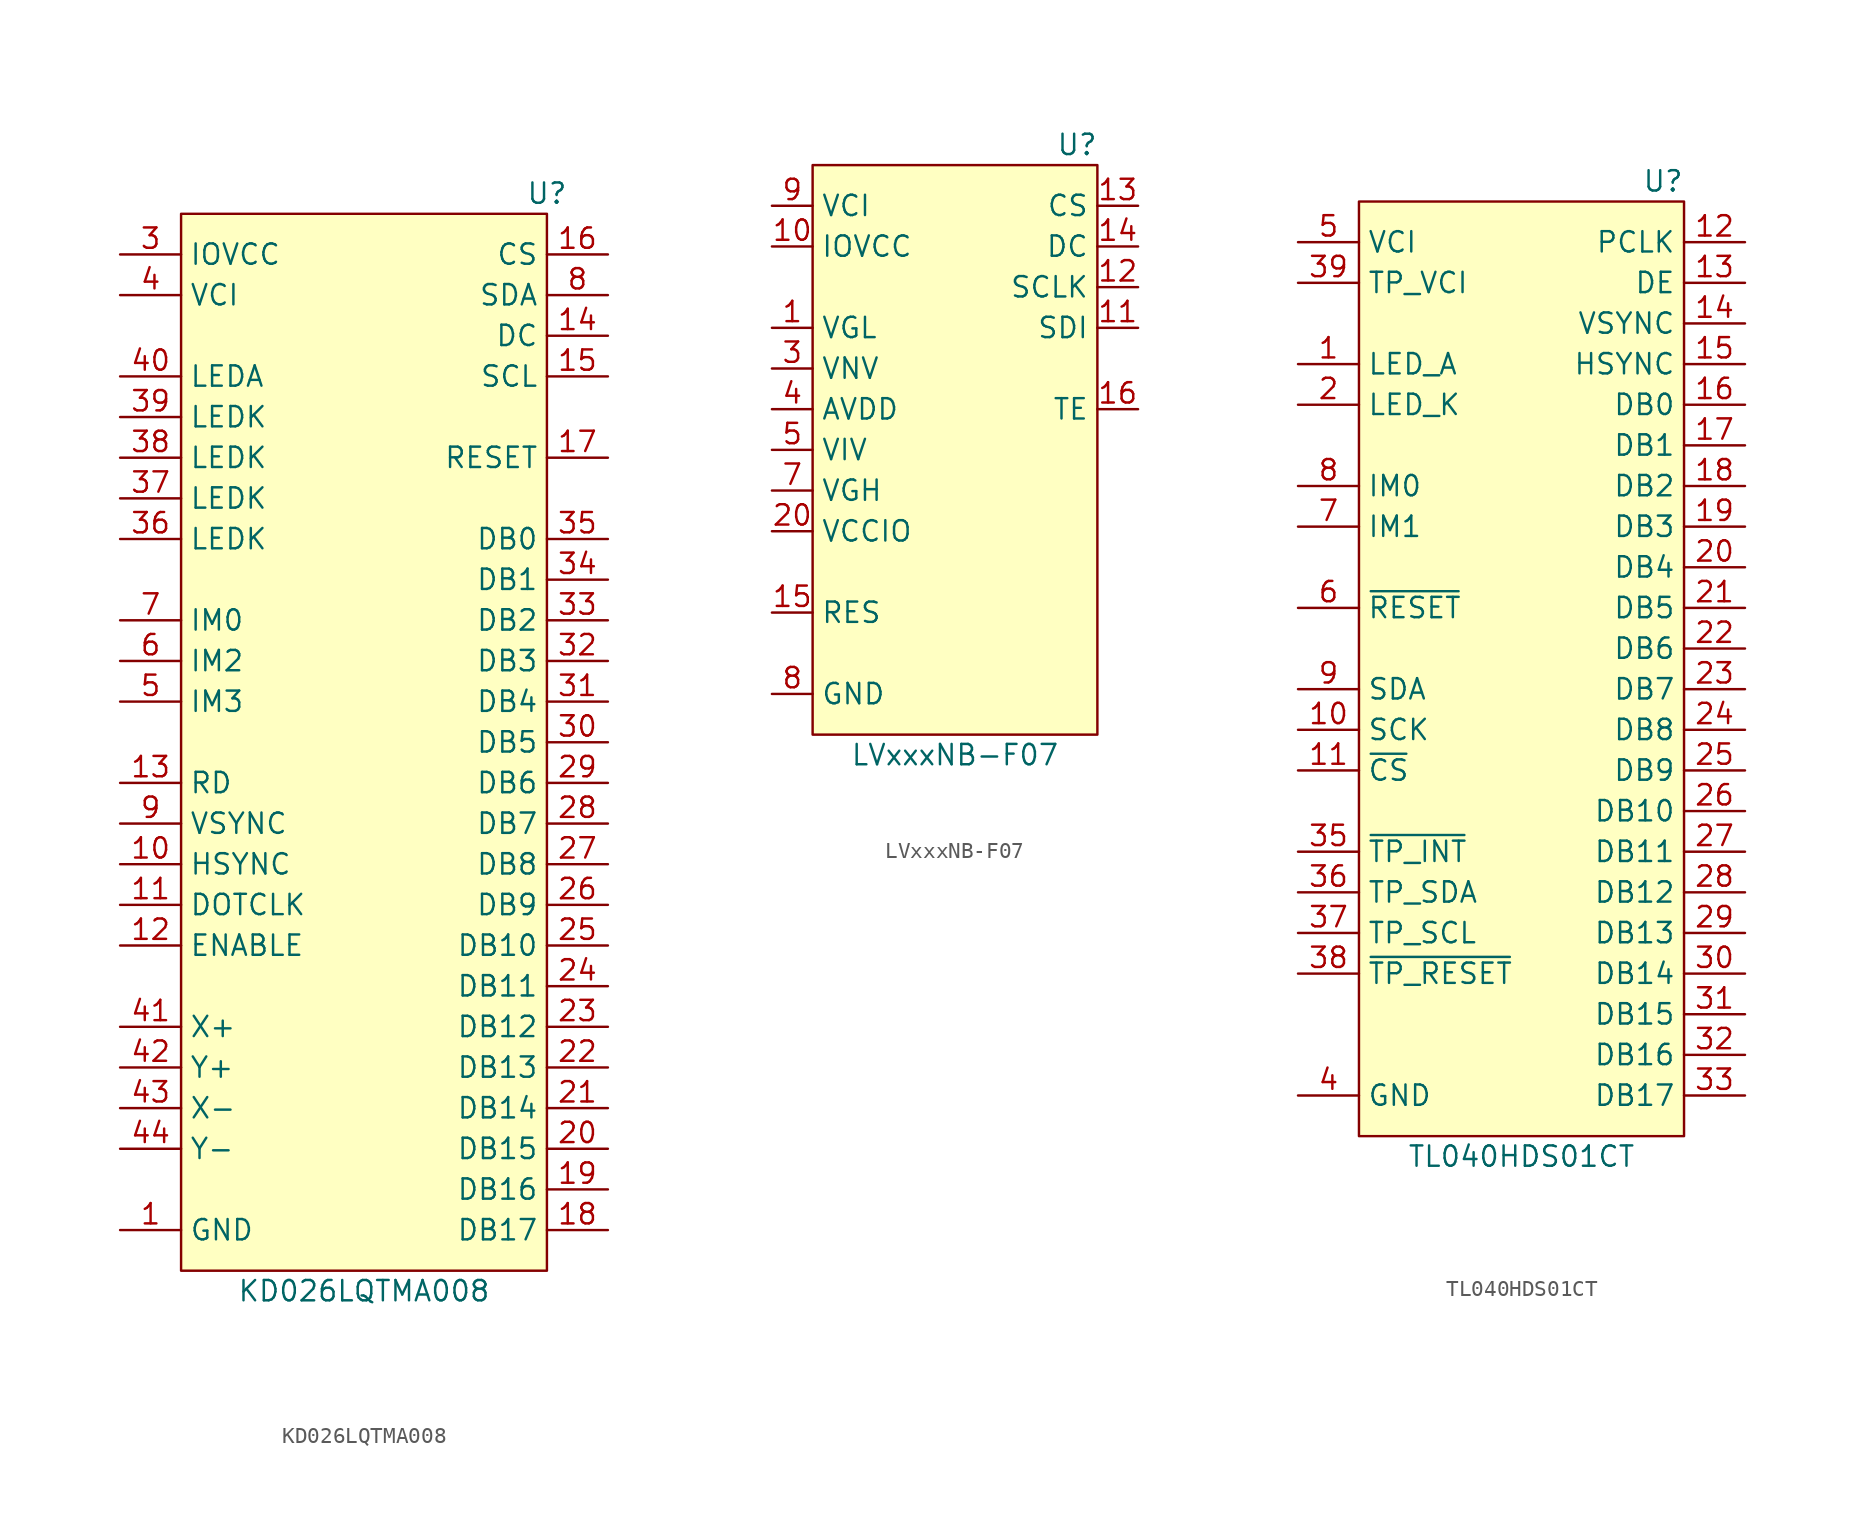
<source format=kicad_sym>
(kicad_symbol_lib
  (version 20220914)
  (generator kicad_symbol_editor)
  (symbol "KD026LQTMA008"
    (property "Reference" "U"
      (at 11.43 31.75 0)
      (effects (font (size 1.27 1.27))))
    (property "Value" "KD026LQTMA008"
      (at 0 -36.83 0)
      (effects (font (size 1.27 1.27))))
    (symbol "KD026LQTMA008_0_0"
      (pin power_in line (at -15.24 -33.02 0) (length 3.81) (name "GND" (effects (font (size 1.27 1.27)))) (number "1" (effects (font (size 1.27 1.27)))))
      (pin input line (at -15.24 -10.16 0) (length 3.81) (name "HSYNC" (effects (font (size 1.27 1.27)))) (number "10" (effects (font (size 1.27 1.27)))))
      (pin input line (at -15.24 -12.7 0) (length 3.81) (name "DOTCLK" (effects (font (size 1.27 1.27)))) (number "11" (effects (font (size 1.27 1.27)))))
      (pin input line (at -15.24 -15.24 0) (length 3.81) (name "ENABLE" (effects (font (size 1.27 1.27)))) (number "12" (effects (font (size 1.27 1.27)))))
      (pin input line (at -15.24 -5.08 0) (length 3.81) (name "RD" (effects (font (size 1.27 1.27)))) (number "13" (effects (font (size 1.27 1.27)))))
      (pin input line (at 15.24 22.86 180) (length 3.81) (name "DC" (effects (font (size 1.27 1.27)))) (number "14" (effects (font (size 1.27 1.27)))))
      (pin input line (at 15.24 20.32 180) (length 3.81) (name "SCL" (effects (font (size 1.27 1.27)))) (number "15" (effects (font (size 1.27 1.27)))))
      (pin input line (at 15.24 27.94 180) (length 3.81) (name "CS" (effects (font (size 1.27 1.27)))) (number "16" (effects (font (size 1.27 1.27)))))
      (pin input line (at 15.24 15.24 180) (length 3.81) (name "RESET" (effects (font (size 1.27 1.27)))) (number "17" (effects (font (size 1.27 1.27)))))
      (pin input line (at 15.24 -33.02 180) (length 3.81) (name "DB17" (effects (font (size 1.27 1.27)))) (number "18" (effects (font (size 1.27 1.27)))))
      (pin input line (at 15.24 -30.48 180) (length 3.81) (name "DB16" (effects (font (size 1.27 1.27)))) (number "19" (effects (font (size 1.27 1.27)))))
      (pin passive line (at -15.24 -33.02 0) (length 3.81) hide (name "GND" (effects (font (size 1.27 1.27)))) (number "2" (effects (font (size 1.27 1.27)))))
      (pin input line (at 15.24 -27.94 180) (length 3.81) (name "DB15" (effects (font (size 1.27 1.27)))) (number "20" (effects (font (size 1.27 1.27)))))
      (pin input line (at 15.24 -25.4 180) (length 3.81) (name "DB14" (effects (font (size 1.27 1.27)))) (number "21" (effects (font (size 1.27 1.27)))))
      (pin input line (at 15.24 -22.86 180) (length 3.81) (name "DB13" (effects (font (size 1.27 1.27)))) (number "22" (effects (font (size 1.27 1.27)))))
      (pin input line (at 15.24 -20.32 180) (length 3.81) (name "DB12" (effects (font (size 1.27 1.27)))) (number "23" (effects (font (size 1.27 1.27)))))
      (pin input line (at 15.24 -17.78 180) (length 3.81) (name "DB11" (effects (font (size 1.27 1.27)))) (number "24" (effects (font (size 1.27 1.27)))))
      (pin input line (at 15.24 -15.24 180) (length 3.81) (name "DB10" (effects (font (size 1.27 1.27)))) (number "25" (effects (font (size 1.27 1.27)))))
      (pin input line (at 15.24 -12.7 180) (length 3.81) (name "DB9" (effects (font (size 1.27 1.27)))) (number "26" (effects (font (size 1.27 1.27)))))
      (pin input line (at 15.24 -10.16 180) (length 3.81) (name "DB8" (effects (font (size 1.27 1.27)))) (number "27" (effects (font (size 1.27 1.27)))))
      (pin input line (at 15.24 -7.62 180) (length 3.81) (name "DB7" (effects (font (size 1.27 1.27)))) (number "28" (effects (font (size 1.27 1.27)))))
      (pin input line (at 15.24 -5.08 180) (length 3.81) (name "DB6" (effects (font (size 1.27 1.27)))) (number "29" (effects (font (size 1.27 1.27)))))
      (pin power_in line (at -15.24 27.94 0) (length 3.81) (name "IOVCC" (effects (font (size 1.27 1.27)))) (number "3" (effects (font (size 1.27 1.27)))))
      (pin input line (at 15.24 -2.54 180) (length 3.81) (name "DB5" (effects (font (size 1.27 1.27)))) (number "30" (effects (font (size 1.27 1.27)))))
      (pin input line (at 15.24 0 180) (length 3.81) (name "DB4" (effects (font (size 1.27 1.27)))) (number "31" (effects (font (size 1.27 1.27)))))
      (pin input line (at 15.24 2.54 180) (length 3.81) (name "DB3" (effects (font (size 1.27 1.27)))) (number "32" (effects (font (size 1.27 1.27)))))
      (pin input line (at 15.24 5.08 180) (length 3.81) (name "DB2" (effects (font (size 1.27 1.27)))) (number "33" (effects (font (size 1.27 1.27)))))
      (pin input line (at 15.24 7.62 180) (length 3.81) (name "DB1" (effects (font (size 1.27 1.27)))) (number "34" (effects (font (size 1.27 1.27)))))
      (pin input line (at 15.24 10.16 180) (length 3.81) (name "DB0" (effects (font (size 1.27 1.27)))) (number "35" (effects (font (size 1.27 1.27)))))
      (pin input line (at -15.24 10.16 0) (length 3.81) (name "LEDK" (effects (font (size 1.27 1.27)))) (number "36" (effects (font (size 1.27 1.27)))))
      (pin input line (at -15.24 12.7 0) (length 3.81) (name "LEDK" (effects (font (size 1.27 1.27)))) (number "37" (effects (font (size 1.27 1.27)))))
      (pin input line (at -15.24 15.24 0) (length 3.81) (name "LEDK" (effects (font (size 1.27 1.27)))) (number "38" (effects (font (size 1.27 1.27)))))
      (pin input line (at -15.24 17.78 0) (length 3.81) (name "LEDK" (effects (font (size 1.27 1.27)))) (number "39" (effects (font (size 1.27 1.27)))))
      (pin power_in line (at -15.24 25.4 0) (length 3.81) (name "VCI" (effects (font (size 1.27 1.27)))) (number "4" (effects (font (size 1.27 1.27)))))
      (pin input line (at -15.24 20.32 0) (length 3.81) (name "LEDA" (effects (font (size 1.27 1.27)))) (number "40" (effects (font (size 1.27 1.27)))))
      (pin output line (at -15.24 -20.32 0) (length 3.81) (name "X+" (effects (font (size 1.27 1.27)))) (number "41" (effects (font (size 1.27 1.27)))))
      (pin output line (at -15.24 -22.86 0) (length 3.81) (name "Y+" (effects (font (size 1.27 1.27)))) (number "42" (effects (font (size 1.27 1.27)))))
      (pin output line (at -15.24 -25.4 0) (length 3.81) (name "X-" (effects (font (size 1.27 1.27)))) (number "43" (effects (font (size 1.27 1.27)))))
      (pin output line (at -15.24 -27.94 0) (length 3.81) (name "Y-" (effects (font (size 1.27 1.27)))) (number "44" (effects (font (size 1.27 1.27)))))
      (pin passive line (at -15.24 -33.02 0) (length 3.81) hide (name "GND" (effects (font (size 1.27 1.27)))) (number "45" (effects (font (size 1.27 1.27)))))
      (pin input line (at -15.24 0 0) (length 3.81) (name "IM3" (effects (font (size 1.27 1.27)))) (number "5" (effects (font (size 1.27 1.27)))))
      (pin input line (at -15.24 2.54 0) (length 3.81) (name "IM2" (effects (font (size 1.27 1.27)))) (number "6" (effects (font (size 1.27 1.27)))))
      (pin input line (at -15.24 5.08 0) (length 3.81) (name "IM0" (effects (font (size 1.27 1.27)))) (number "7" (effects (font (size 1.27 1.27)))))
      (pin input line (at 15.24 25.4 180) (length 3.81) (name "SDA" (effects (font (size 1.27 1.27)))) (number "8" (effects (font (size 1.27 1.27)))))
      (pin input line (at -15.24 -7.62 0) (length 3.81) (name "VSYNC" (effects (font (size 1.27 1.27)))) (number "9" (effects (font (size 1.27 1.27))))))
    (symbol "KD026LQTMA008_0_1"
      (rectangle (start -11.43 30.48) (end 11.43 -35.56) (stroke (width 0.152) (type default)) (fill (type background)))))
  (symbol "LVxxxNB-F07"
    (property "Reference" "U"
      (at 7.62 19.05 0)
      (effects (font (size 1.27 1.27))))
    (property "Value" "LVxxxNB-F07"
      (at 0 -19.05 0)
      (effects (font (size 1.27 1.27))))
    (symbol "LVxxxNB-F07_0_0"
      (pin power_out line (at -11.43 7.62 0) (length 2.54) (name "VGL" (effects (font (size 1.27 1.27)))) (number "1" (effects (font (size 1.27 1.27)))))
      (pin power_in line (at -11.43 12.7 0) (length 2.54) (name "IOVCC" (effects (font (size 1.27 1.27)))) (number "10" (effects (font (size 1.27 1.27)))))
      (pin input line (at 11.43 7.62 180) (length 2.54) (name "SDI" (effects (font (size 1.27 1.27)))) (number "11" (effects (font (size 1.27 1.27)))))
      (pin input line (at 11.43 10.16 180) (length 2.54) (name "SCLK" (effects (font (size 1.27 1.27)))) (number "12" (effects (font (size 1.27 1.27)))))
      (pin input line (at 11.43 15.24 180) (length 2.54) (name "CS" (effects (font (size 1.27 1.27)))) (number "13" (effects (font (size 1.27 1.27)))))
      (pin input line (at 11.43 12.7 180) (length 2.54) (name "DC" (effects (font (size 1.27 1.27)))) (number "14" (effects (font (size 1.27 1.27)))))
      (pin input line (at -11.43 -10.16 0) (length 2.54) (name "RES" (effects (font (size 1.27 1.27)))) (number "15" (effects (font (size 1.27 1.27)))))
      (pin input line (at 11.43 2.54 180) (length 2.54) (name "TE" (effects (font (size 1.27 1.27)))) (number "16" (effects (font (size 1.27 1.27)))))
      (pin no_connect line (at 2.54 -8.89 0) (length 2.54) hide (name "NC" (effects (font (size 1.27 1.27)))) (number "17" (effects (font (size 1.27 1.27)))))
      (pin no_connect line (at 2.54 -11.43 0) (length 2.54) hide (name "NC" (effects (font (size 1.27 1.27)))) (number "18" (effects (font (size 1.27 1.27)))))
      (pin no_connect line (at 2.54 -13.97 0) (length 2.54) hide (name "NC" (effects (font (size 1.27 1.27)))) (number "19" (effects (font (size 1.27 1.27)))))
      (pin no_connect line (at 2.54 3.81 0) (length 2.54) hide (name "NC" (effects (font (size 1.27 1.27)))) (number "2" (effects (font (size 1.27 1.27)))))
      (pin power_out line (at -11.43 -5.08 0) (length 2.54) (name "VCCIO" (effects (font (size 1.27 1.27)))) (number "20" (effects (font (size 1.27 1.27)))))
      (pin no_connect line (at 2.54 1.27 0) (length 2.54) hide (name "NC" (effects (font (size 1.27 1.27)))) (number "21" (effects (font (size 1.27 1.27)))))
      (pin no_connect line (at 2.54 -1.27 0) (length 2.54) hide (name "NC" (effects (font (size 1.27 1.27)))) (number "22" (effects (font (size 1.27 1.27)))))
      (pin no_connect line (at 2.54 -3.81 0) (length 2.54) hide (name "NC" (effects (font (size 1.27 1.27)))) (number "23" (effects (font (size 1.27 1.27)))))
      (pin no_connect line (at 2.54 -6.35 0) (length 2.54) hide (name "NC" (effects (font (size 1.27 1.27)))) (number "24" (effects (font (size 1.27 1.27)))))
      (pin power_out line (at -11.43 5.08 0) (length 2.54) (name "VNV" (effects (font (size 1.27 1.27)))) (number "3" (effects (font (size 1.27 1.27)))))
      (pin power_out line (at -11.43 2.54 0) (length 2.54) (name "AVDD" (effects (font (size 1.27 1.27)))) (number "4" (effects (font (size 1.27 1.27)))))
      (pin power_in line (at -11.43 0 0) (length 2.54) (name "VIV" (effects (font (size 1.27 1.27)))) (number "5" (effects (font (size 1.27 1.27)))))
      (pin no_connect line (at 2.54 -16.51 0) (length 2.54) hide (name "NC" (effects (font (size 1.27 1.27)))) (number "6" (effects (font (size 1.27 1.27)))))
      (pin power_out line (at -11.43 -2.54 0) (length 2.54) (name "VGH" (effects (font (size 1.27 1.27)))) (number "7" (effects (font (size 1.27 1.27)))))
      (pin power_in line (at -11.43 -15.24 0) (length 2.54) (name "GND" (effects (font (size 1.27 1.27)))) (number "8" (effects (font (size 1.27 1.27)))))
      (pin power_in line (at -11.43 15.24 0) (length 2.54) (name "VCI" (effects (font (size 1.27 1.27)))) (number "9" (effects (font (size 1.27 1.27))))))
    (symbol "LVxxxNB-F07_0_1"
      (rectangle (start -8.89 17.78) (end 8.89 -17.78) (stroke (width 0) (type default)) (fill (type background)))))
  (symbol "TL040HDS01CT"
    (property "Reference" "U"
      (at 10.16 29.21 0)
      (effects (font (size 1.27 1.27)) (justify right)))
    (property "Value" "TL040HDS01CT"
      (at 0 -31.75 0)
      (effects (font (size 1.27 1.27))))
    (symbol "TL040HDS01CT_0_1"
      (rectangle (start -10.16 27.94) (end 10.16 -30.48) (stroke (width 0) (type default)) (fill (type background))))
    (symbol "TL040HDS01CT_1_1"
      (pin input line (at -13.97 17.78 0) (length 3.81) (name "LED_A" (effects (font (size 1.27 1.27)))) (number "1" (effects (font (size 1.27 1.27)))))
      (pin input line (at -13.97 -5.08 0) (length 3.81) (name "SCK" (effects (font (size 1.27 1.27)))) (number "10" (effects (font (size 1.27 1.27)))))
      (pin input line (at -13.97 -7.62 0) (length 3.81) (name "~{CS}" (effects (font (size 1.27 1.27)))) (number "11" (effects (font (size 1.27 1.27)))))
      (pin input line (at 13.97 25.4 180) (length 3.81) (name "PCLK" (effects (font (size 1.27 1.27)))) (number "12" (effects (font (size 1.27 1.27)))))
      (pin input line (at 13.97 22.86 180) (length 3.81) (name "DE" (effects (font (size 1.27 1.27)))) (number "13" (effects (font (size 1.27 1.27)))))
      (pin input line (at 13.97 20.32 180) (length 3.81) (name "VSYNC" (effects (font (size 1.27 1.27)))) (number "14" (effects (font (size 1.27 1.27)))))
      (pin input line (at 13.97 17.78 180) (length 3.81) (name "HSYNC" (effects (font (size 1.27 1.27)))) (number "15" (effects (font (size 1.27 1.27)))))
      (pin input line (at 13.97 15.24 180) (length 3.81) (name "DB0" (effects (font (size 1.27 1.27)))) (number "16" (effects (font (size 1.27 1.27)))))
      (pin input line (at 13.97 12.7 180) (length 3.81) (name "DB1" (effects (font (size 1.27 1.27)))) (number "17" (effects (font (size 1.27 1.27)))))
      (pin input line (at 13.97 10.16 180) (length 3.81) (name "DB2" (effects (font (size 1.27 1.27)))) (number "18" (effects (font (size 1.27 1.27)))))
      (pin input line (at 13.97 7.62 180) (length 3.81) (name "DB3" (effects (font (size 1.27 1.27)))) (number "19" (effects (font (size 1.27 1.27)))))
      (pin input line (at -13.97 15.24 0) (length 3.81) (name "LED_K" (effects (font (size 1.27 1.27)))) (number "2" (effects (font (size 1.27 1.27)))))
      (pin input line (at 13.97 5.08 180) (length 3.81) (name "DB4" (effects (font (size 1.27 1.27)))) (number "20" (effects (font (size 1.27 1.27)))))
      (pin input line (at 13.97 2.54 180) (length 3.81) (name "DB5" (effects (font (size 1.27 1.27)))) (number "21" (effects (font (size 1.27 1.27)))))
      (pin input line (at 13.97 0 180) (length 3.81) (name "DB6" (effects (font (size 1.27 1.27)))) (number "22" (effects (font (size 1.27 1.27)))))
      (pin input line (at 13.97 -2.54 180) (length 3.81) (name "DB7" (effects (font (size 1.27 1.27)))) (number "23" (effects (font (size 1.27 1.27)))))
      (pin input line (at 13.97 -5.08 180) (length 3.81) (name "DB8" (effects (font (size 1.27 1.27)))) (number "24" (effects (font (size 1.27 1.27)))))
      (pin input line (at 13.97 -7.62 180) (length 3.81) (name "DB9" (effects (font (size 1.27 1.27)))) (number "25" (effects (font (size 1.27 1.27)))))
      (pin input line (at 13.97 -10.16 180) (length 3.81) (name "DB10" (effects (font (size 1.27 1.27)))) (number "26" (effects (font (size 1.27 1.27)))))
      (pin input line (at 13.97 -12.7 180) (length 3.81) (name "DB11" (effects (font (size 1.27 1.27)))) (number "27" (effects (font (size 1.27 1.27)))))
      (pin input line (at 13.97 -15.24 180) (length 3.81) (name "DB12" (effects (font (size 1.27 1.27)))) (number "28" (effects (font (size 1.27 1.27)))))
      (pin input line (at 13.97 -17.78 180) (length 3.81) (name "DB13" (effects (font (size 1.27 1.27)))) (number "29" (effects (font (size 1.27 1.27)))))
      (pin passive line (at -13.97 15.24 0) (length 3.81) hide (name "LED_K" (effects (font (size 1.27 1.27)))) (number "3" (effects (font (size 1.27 1.27)))))
      (pin input line (at 13.97 -20.32 180) (length 3.81) (name "DB14" (effects (font (size 1.27 1.27)))) (number "30" (effects (font (size 1.27 1.27)))))
      (pin input line (at 13.97 -22.86 180) (length 3.81) (name "DB15" (effects (font (size 1.27 1.27)))) (number "31" (effects (font (size 1.27 1.27)))))
      (pin input line (at 13.97 -25.4 180) (length 3.81) (name "DB16" (effects (font (size 1.27 1.27)))) (number "32" (effects (font (size 1.27 1.27)))))
      (pin input line (at 13.97 -27.94 180) (length 3.81) (name "DB17" (effects (font (size 1.27 1.27)))) (number "33" (effects (font (size 1.27 1.27)))))
      (pin passive line (at -13.97 -27.94 0) (length 3.81) hide (name "GND" (effects (font (size 1.27 1.27)))) (number "34" (effects (font (size 1.27 1.27)))))
      (pin output line (at -13.97 -12.7 0) (length 3.81) (name "~{TP_INT}" (effects (font (size 1.27 1.27)))) (number "35" (effects (font (size 1.27 1.27)))))
      (pin bidirectional line (at -13.97 -15.24 0) (length 3.81) (name "TP_SDA" (effects (font (size 1.27 1.27)))) (number "36" (effects (font (size 1.27 1.27)))))
      (pin input line (at -13.97 -17.78 0) (length 3.81) (name "TP_SCL" (effects (font (size 1.27 1.27)))) (number "37" (effects (font (size 1.27 1.27)))))
      (pin input line (at -13.97 -20.32 0) (length 3.81) (name "~{TP_RESET}" (effects (font (size 1.27 1.27)))) (number "38" (effects (font (size 1.27 1.27)))))
      (pin power_in line (at -13.97 22.86 0) (length 3.81) (name "TP_VCI" (effects (font (size 1.27 1.27)))) (number "39" (effects (font (size 1.27 1.27)))))
      (pin power_in line (at -13.97 -27.94 0) (length 3.81) (name "GND" (effects (font (size 1.27 1.27)))) (number "4" (effects (font (size 1.27 1.27)))))
      (pin passive line (at -13.97 -27.94 0) (length 3.81) hide (name "GND" (effects (font (size 1.27 1.27)))) (number "40" (effects (font (size 1.27 1.27)))))
      (pin power_in line (at -13.97 25.4 0) (length 3.81) (name "VCI" (effects (font (size 1.27 1.27)))) (number "5" (effects (font (size 1.27 1.27)))))
      (pin input line (at -13.97 2.54 0) (length 3.81) (name "~{RESET}" (effects (font (size 1.27 1.27)))) (number "6" (effects (font (size 1.27 1.27)))))
      (pin input line (at -13.97 7.62 0) (length 3.81) (name "IM1" (effects (font (size 1.27 1.27)))) (number "7" (effects (font (size 1.27 1.27)))))
      (pin input line (at -13.97 10.16 0) (length 3.81) (name "IM0" (effects (font (size 1.27 1.27)))) (number "8" (effects (font (size 1.27 1.27)))))
      (pin bidirectional line (at -13.97 -2.54 0) (length 3.81) (name "SDA" (effects (font (size 1.27 1.27)))) (number "9" (effects (font (size 1.27 1.27))))))))
</source>
